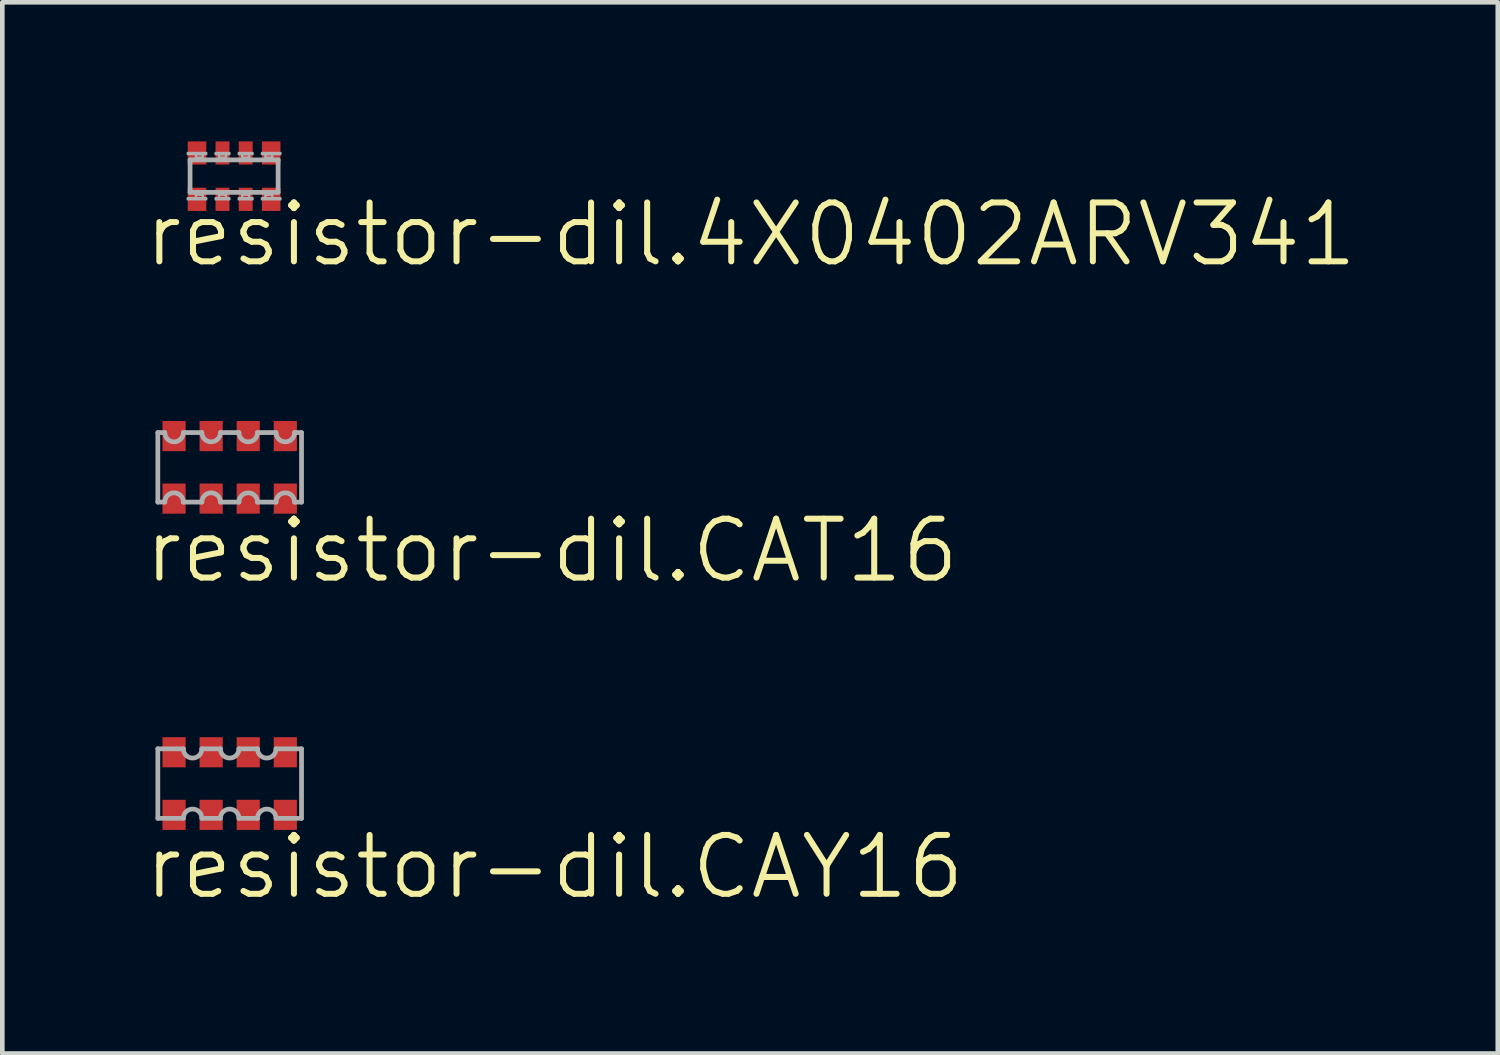
<source format=kicad_pcb>
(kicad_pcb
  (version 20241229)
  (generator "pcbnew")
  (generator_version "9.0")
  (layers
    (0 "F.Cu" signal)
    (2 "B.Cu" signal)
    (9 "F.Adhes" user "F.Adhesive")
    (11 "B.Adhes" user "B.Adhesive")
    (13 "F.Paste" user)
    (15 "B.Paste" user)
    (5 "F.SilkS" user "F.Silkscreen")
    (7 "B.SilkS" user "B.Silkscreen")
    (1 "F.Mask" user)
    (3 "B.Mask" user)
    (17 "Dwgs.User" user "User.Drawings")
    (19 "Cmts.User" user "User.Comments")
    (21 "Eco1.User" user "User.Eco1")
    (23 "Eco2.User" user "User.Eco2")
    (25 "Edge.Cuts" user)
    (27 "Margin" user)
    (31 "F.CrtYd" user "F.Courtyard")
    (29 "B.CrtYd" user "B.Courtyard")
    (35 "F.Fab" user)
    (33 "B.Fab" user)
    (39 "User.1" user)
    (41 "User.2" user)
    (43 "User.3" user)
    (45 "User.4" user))
  (footprint "resistor-dil.CAT16"
    (layer "F.Cu")
    (at 1.905 7.032)
    (property "Reference" "resistor-dil.CAT16" (at -1.905 2.54 0) (layer "F.SilkS") (effects (font (size 1.27 1.27) (thickness 0.13)) (justify left bottom)))
    (attr smd)
    (fp_line (start -1.55 -0.75) (end -1.4 -0.75) (stroke (width 0.102) (type default)) (layer "F.Fab"))
    (fp_line (start -1.55 0.75) (end -1.55 -0.75) (stroke (width 0.102) (type default)) (layer "F.Fab"))
    (fp_line (start -1.4 0.75) (end -1.55 0.75) (stroke (width 0.102) (type default)) (layer "F.Fab"))
    (fp_line (start -1 -0.75) (end -0.6 -0.75) (stroke (width 0.102) (type default)) (layer "F.Fab"))
    (fp_line (start -0.6 0.75) (end -1 0.75) (stroke (width 0.102) (type default)) (layer "F.Fab"))
    (fp_line (start -0.2 -0.75) (end 0.2 -0.75) (stroke (width 0.102) (type default)) (layer "F.Fab"))
    (fp_line (start 0.2 0.75) (end -0.2 0.75) (stroke (width 0.102) (type default)) (layer "F.Fab"))
    (fp_line (start 0.6 -0.75) (end 1 -0.75) (stroke (width 0.102) (type default)) (layer "F.Fab"))
    (fp_line (start 1 0.75) (end 0.6 0.75) (stroke (width 0.102) (type default)) (layer "F.Fab"))
    (fp_line (start 1.4 -0.75) (end 1.55 -0.75) (stroke (width 0.102) (type default)) (layer "F.Fab"))
    (fp_line (start 1.55 -0.75) (end 1.55 0.75) (stroke (width 0.102) (type default)) (layer "F.Fab"))
    (fp_line (start 1.55 0.75) (end 1.4 0.75) (stroke (width 0.102) (type default)) (layer "F.Fab"))
    (fp_arc (start -1.4 0.75) (mid -1.2 0.55) (end -1 0.75) (stroke (width 0.1016) (type default)) (layer "F.Fab"))
    (fp_arc (start -1 -0.75) (mid -1.2 -0.55) (end -1.4 -0.75) (stroke (width 0.1016) (type default)) (layer "F.Fab"))
    (fp_arc (start -0.6 0.75) (mid -0.4 0.55) (end -0.2 0.75) (stroke (width 0.1016) (type default)) (layer "F.Fab"))
    (fp_arc (start -0.2 -0.75) (mid -0.4 -0.55) (end -0.6 -0.75) (stroke (width 0.1016) (type default)) (layer "F.Fab"))
    (fp_arc (start 0.2 0.75) (mid 0.4 0.55) (end 0.6 0.75) (stroke (width 0.1016) (type default)) (layer "F.Fab"))
    (fp_arc (start 0.6 -0.75) (mid 0.4 -0.55) (end 0.2 -0.75) (stroke (width 0.1016) (type default)) (layer "F.Fab"))
    (fp_arc (start 1 0.75) (mid 1.2 0.55) (end 1.4 0.75) (stroke (width 0.1016) (type default)) (layer "F.Fab"))
    (fp_arc (start 1.4 -0.75) (mid 1.2 -0.55) (end 1 -0.75) (stroke (width 0.1016) (type default)) (layer "F.Fab"))
    (pad "1" smd roundrect (at -1.2 0.675) (size 0.5 0.65) (layers "F.Cu" "F.Mask" "F.Paste") (roundrect_rratio 0.01))
    (pad "2" smd roundrect (at -0.4 0.675) (size 0.5 0.65) (layers "F.Cu" "F.Mask" "F.Paste") (roundrect_rratio 0.01))
    (pad "3" smd roundrect (at 0.4 0.675) (size 0.5 0.65) (layers "F.Cu" "F.Mask" "F.Paste") (roundrect_rratio 0.01))
    (pad "4" smd roundrect (at 1.2 0.675) (size 0.5 0.65) (layers "F.Cu" "F.Mask" "F.Paste") (roundrect_rratio 0.01))
    (pad "5" smd roundrect (at 1.2 -0.675) (size 0.5 0.65) (layers "F.Cu" "F.Mask" "F.Paste") (roundrect_rratio 0.01))
    (pad "6" smd roundrect (at 0.4 -0.675) (size 0.5 0.65) (layers "F.Cu" "F.Mask" "F.Paste") (roundrect_rratio 0.01))
    (pad "7" smd roundrect (at -0.4 -0.675) (size 0.5 0.65) (layers "F.Cu" "F.Mask" "F.Paste") (roundrect_rratio 0.01))
    (pad "8" smd roundrect (at -1.2 -0.675) (size 0.5 0.65) (layers "F.Cu" "F.Mask" "F.Paste") (roundrect_rratio 0.01)))
  (footprint "resistor-dil.CAY16"
    (layer "F.Cu")
    (at 1.905 13.854)
    (property "Reference" "resistor-dil.CAY16" (at -1.905 2.54 0) (layer "F.SilkS") (effects (font (size 1.27 1.27) (thickness 0.13)) (justify left bottom)))
    (attr smd)
    (fp_line (start -1.55 -0.75) (end -1 -0.75) (stroke (width 0.102) (type default)) (layer "F.Fab"))
    (fp_line (start -1.55 0.75) (end -1.55 -0.75) (stroke (width 0.102) (type default)) (layer "F.Fab"))
    (fp_line (start -1 0.75) (end -1.55 0.75) (stroke (width 0.102) (type default)) (layer "F.Fab"))
    (fp_line (start -0.6 -0.75) (end -0.2 -0.75) (stroke (width 0.102) (type default)) (layer "F.Fab"))
    (fp_line (start -0.2 0.75) (end -0.6 0.75) (stroke (width 0.102) (type default)) (layer "F.Fab"))
    (fp_line (start 0.2 -0.75) (end 0.6 -0.75) (stroke (width 0.102) (type default)) (layer "F.Fab"))
    (fp_line (start 0.6 0.75) (end 0.2 0.75) (stroke (width 0.102) (type default)) (layer "F.Fab"))
    (fp_line (start 1 -0.75) (end 1.55 -0.75) (stroke (width 0.102) (type default)) (layer "F.Fab"))
    (fp_line (start 1.55 -0.75) (end 1.55 0.75) (stroke (width 0.102) (type default)) (layer "F.Fab"))
    (fp_line (start 1.55 0.75) (end 1 0.75) (stroke (width 0.102) (type default)) (layer "F.Fab"))
    (fp_arc (start -1 0.75) (mid -0.8 0.55) (end -0.6 0.75) (stroke (width 0.1016) (type default)) (layer "F.Fab"))
    (fp_arc (start -0.6 -0.75) (mid -0.8 -0.55) (end -1 -0.75) (stroke (width 0.1016) (type default)) (layer "F.Fab"))
    (fp_arc (start -0.2 0.75) (mid 0 0.55) (end 0.2 0.75) (stroke (width 0.1016) (type default)) (layer "F.Fab"))
    (fp_arc (start 0.2 -0.75) (mid 0 -0.55) (end -0.2 -0.75) (stroke (width 0.1016) (type default)) (layer "F.Fab"))
    (fp_arc (start 0.6 0.75) (mid 0.8 0.55) (end 1 0.75) (stroke (width 0.1016) (type default)) (layer "F.Fab"))
    (fp_arc (start 1 -0.75) (mid 0.8 -0.55) (end 0.6 -0.75) (stroke (width 0.1016) (type default)) (layer "F.Fab"))
    (pad "1" smd roundrect (at -1.2 0.675) (size 0.5 0.65) (layers "F.Cu" "F.Mask" "F.Paste") (roundrect_rratio 0.01))
    (pad "2" smd roundrect (at -0.4 0.675) (size 0.5 0.65) (layers "F.Cu" "F.Mask" "F.Paste") (roundrect_rratio 0.01))
    (pad "3" smd roundrect (at 0.4 0.675) (size 0.5 0.65) (layers "F.Cu" "F.Mask" "F.Paste") (roundrect_rratio 0.01))
    (pad "4" smd roundrect (at 1.2 0.675) (size 0.5 0.65) (layers "F.Cu" "F.Mask" "F.Paste") (roundrect_rratio 0.01))
    (pad "5" smd roundrect (at 1.2 -0.675) (size 0.5 0.65) (layers "F.Cu" "F.Mask" "F.Paste") (roundrect_rratio 0.01))
    (pad "6" smd roundrect (at 0.4 -0.675) (size 0.5 0.65) (layers "F.Cu" "F.Mask" "F.Paste") (roundrect_rratio 0.01))
    (pad "7" smd roundrect (at -0.4 -0.675) (size 0.5 0.65) (layers "F.Cu" "F.Mask" "F.Paste") (roundrect_rratio 0.01))
    (pad "8" smd roundrect (at -1.2 -0.675) (size 0.5 0.65) (layers "F.Cu" "F.Mask" "F.Paste") (roundrect_rratio 0.01)))
  (footprint "resistor-dil.4X0402ARV341"
    (layer "F.Cu")
    (at 2 0.75)
    (property "Reference" "resistor-dil.4X0402ARV341" (at -2 2 0) (layer "F.SilkS") (effects (font (size 1.27 1.27) (thickness 0.13)) (justify left bottom)))
    (attr smd)
    (fp_line (start -0.95 -0.35) (end 0.95 -0.35) (stroke (width 0.102) (type default)) (layer "F.Fab"))
    (fp_line (start -0.95 0.35) (end -0.95 -0.35) (stroke (width 0.102) (type default)) (layer "F.Fab"))
    (fp_line (start 0.95 -0.35) (end 0.95 0.35) (stroke (width 0.102) (type default)) (layer "F.Fab"))
    (fp_line (start 0.95 0.35) (end -0.95 0.35) (stroke (width 0.102) (type default)) (layer "F.Fab"))
    (fp_rect (start -1 -0.475) (end -0.6 -0.5) (stroke (width 0.05) (type default)) (fill no) (layer "F.Fab"))
    (fp_rect (start -1 0.5) (end -0.6 0.475) (stroke (width 0.05) (type default)) (fill no) (layer "F.Fab"))
    (fp_rect (start -0.825 -0.4) (end -0.675 -0.475) (stroke (width 0.05) (type default)) (fill no) (layer "F.Fab"))
    (fp_rect (start -0.825 0.475) (end -0.675 0.4) (stroke (width 0.05) (type default)) (fill no) (layer "F.Fab"))
    (fp_rect (start -0.4 -0.475) (end -0.1 -0.5) (stroke (width 0.05) (type default)) (fill no) (layer "F.Fab"))
    (fp_rect (start -0.4 0.5) (end -0.1 0.475) (stroke (width 0.05) (type default)) (fill no) (layer "F.Fab"))
    (fp_rect (start -0.325 -0.4) (end -0.175 -0.475) (stroke (width 0.05) (type default)) (fill no) (layer "F.Fab"))
    (fp_rect (start -0.325 0.475) (end -0.175 0.4) (stroke (width 0.05) (type default)) (fill no) (layer "F.Fab"))
    (fp_rect (start 0.1 -0.475) (end 0.4 -0.5) (stroke (width 0.05) (type default)) (fill no) (layer "F.Fab"))
    (fp_rect (start 0.1 0.5) (end 0.4 0.475) (stroke (width 0.05) (type default)) (fill no) (layer "F.Fab"))
    (fp_rect (start 0.175 -0.4) (end 0.325 -0.475) (stroke (width 0.05) (type default)) (fill no) (layer "F.Fab"))
    (fp_rect (start 0.175 0.475) (end 0.325 0.4) (stroke (width 0.05) (type default)) (fill no) (layer "F.Fab"))
    (fp_rect (start 0.6 -0.475) (end 1 -0.5) (stroke (width 0.05) (type default)) (fill no) (layer "F.Fab"))
    (fp_rect (start 0.6 0.5) (end 1 0.475) (stroke (width 0.05) (type default)) (fill no) (layer "F.Fab"))
    (fp_rect (start 0.675 -0.4) (end 0.825 -0.475) (stroke (width 0.05) (type default)) (fill no) (layer "F.Fab"))
    (fp_rect (start 0.675 0.475) (end 0.825 0.4) (stroke (width 0.05) (type default)) (fill no) (layer "F.Fab"))
    (pad "1" smd roundrect (at -0.8 0.5) (size 0.4 0.5) (layers "F.Cu" "F.Mask" "F.Paste") (roundrect_rratio 0.01))
    (pad "2" smd roundrect (at -0.25 0.5) (size 0.3 0.5) (layers "F.Cu" "F.Mask" "F.Paste") (roundrect_rratio 0.01))
    (pad "3" smd roundrect (at 0.25 0.5) (size 0.3 0.5) (layers "F.Cu" "F.Mask" "F.Paste") (roundrect_rratio 0.01))
    (pad "4" smd roundrect (at 0.8 0.5) (size 0.4 0.5) (layers "F.Cu" "F.Mask" "F.Paste") (roundrect_rratio 0.01))
    (pad "5" smd roundrect (at 0.8 -0.5) (size 0.4 0.5) (layers "F.Cu" "F.Mask" "F.Paste") (roundrect_rratio 0.01))
    (pad "6" smd roundrect (at 0.25 -0.5) (size 0.3 0.5) (layers "F.Cu" "F.Mask" "F.Paste") (roundrect_rratio 0.01))
    (pad "7" smd roundrect (at -0.25 -0.5) (size 0.3 0.5) (layers "F.Cu" "F.Mask" "F.Paste") (roundrect_rratio 0.01))
    (pad "8" smd roundrect (at -0.8 -0.5) (size 0.4 0.5) (layers "F.Cu" "F.Mask" "F.Paste") (roundrect_rratio 0.01)))
  (gr_rect
    (start -3 -3)
    (end 29.262 19.677)
    (stroke (width 0.1) (type default))
    (fill no)
    (layer "Edge.Cuts")))
</source>
